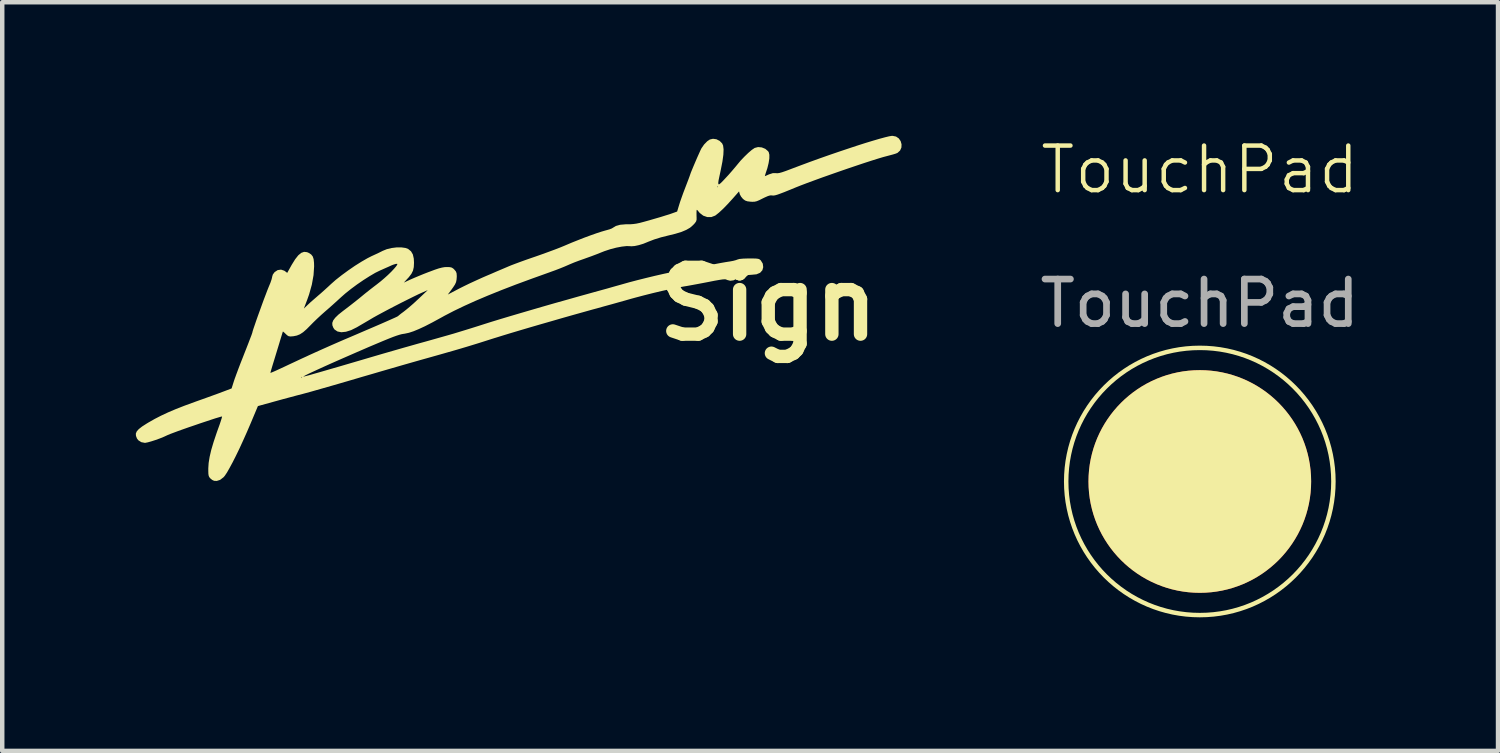
<source format=kicad_pcb>
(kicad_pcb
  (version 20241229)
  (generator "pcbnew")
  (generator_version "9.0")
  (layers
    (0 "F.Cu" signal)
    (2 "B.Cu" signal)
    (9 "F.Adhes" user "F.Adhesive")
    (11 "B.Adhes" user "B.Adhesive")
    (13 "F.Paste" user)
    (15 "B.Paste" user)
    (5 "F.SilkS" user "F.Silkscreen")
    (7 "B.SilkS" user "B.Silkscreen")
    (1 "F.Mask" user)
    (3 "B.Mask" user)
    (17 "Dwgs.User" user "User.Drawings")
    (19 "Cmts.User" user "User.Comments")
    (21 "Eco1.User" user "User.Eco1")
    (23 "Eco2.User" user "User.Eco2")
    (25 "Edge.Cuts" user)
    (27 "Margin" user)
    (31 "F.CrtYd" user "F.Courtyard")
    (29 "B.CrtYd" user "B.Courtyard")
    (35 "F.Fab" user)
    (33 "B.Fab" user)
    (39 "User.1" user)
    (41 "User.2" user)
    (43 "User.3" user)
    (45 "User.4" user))
  (footprint "TouchPad"
    (layer "F.Cu")
    (at 23.89 7.761)
    (property "Reference" "TouchPad" (at 0 -7 0) (unlocked yes) (layer "F.SilkS") (effects (font (size 1 1) (thickness 0.1))))
    (attr smd)
    (fp_circle (center 0 0) (end 2.5 0) (stroke (width 0) (type solid)) (fill yes) (layer "F.SilkS"))
    (fp_circle (center 0 0) (end 3 0) (stroke (width 0.1) (type default)) (fill no) (layer "F.SilkS"))
    (fp_text user "${REFERENCE}" (at 0 -4 0) (unlocked yes) (layer "F.Fab") (effects (font (size 1 1) (thickness 0.15))))
    (pad "1" smd circle (at 0 0) (size 5 5) (layers "F.Cu" "F.Mask" "F.Paste")))
  (footprint "Sign"
    (layer "F.Cu")
    (at 14.2 3.774)
    (property "Reference" "Sign" (at 0 0 0) (layer "F.SilkS") (effects (font (size 1.5 1.5) (thickness 0.3))))
    (attr board_only exclude_from_pos_files exclude_from_bom)
    (fp_poly (pts (xy 2.869 -3.758) (xy 2.931 -3.716) (xy 2.973 -3.655) (xy 2.993 -3.584) (xy 2.99 -3.511) (xy 2.96 -3.444) (xy 2.903 -3.392) (xy 2.895 -3.388) (xy 2.86 -3.374) (xy 2.798 -3.355) (xy 2.719 -3.334) (xy 2.67 -3.321) (xy 2.583 -3.298) (xy 2.466 -3.263) (xy 2.323 -3.218) (xy 2.159 -3.165) (xy 1.98 -3.105) (xy 1.79 -3.041) (xy 1.596 -2.974) (xy 1.402 -2.906) (xy 1.212 -2.839) (xy 1.034 -2.774) (xy 0.871 -2.714) (xy 0.729 -2.66) (xy 0.616 -2.615) (xy 0.472 -2.556) (xy 0.359 -2.51) (xy 0.272 -2.477) (xy 0.208 -2.454) (xy 0.16 -2.44) (xy 0.126 -2.434) (xy 0.099 -2.434) (xy 0.085 -2.436) (xy 0.046 -2.437) (xy -0.007 -2.422) (xy -0.08 -2.39) (xy -0.125 -2.368) (xy -0.203 -2.329) (xy -0.259 -2.306) (xy -0.307 -2.295) (xy -0.357 -2.293) (xy -0.396 -2.295) (xy -0.469 -2.304) (xy -0.52 -2.322) (xy -0.563 -2.354) (xy -0.569 -2.359) (xy -0.61 -2.409) (xy -0.638 -2.461) (xy -0.641 -2.471) (xy -0.656 -2.526) (xy -0.797 -2.366) (xy -0.91 -2.242) (xy -1.014 -2.135) (xy -1.106 -2.05) (xy -1.18 -1.991) (xy -1.194 -1.982) (xy -1.278 -1.95) (xy -1.369 -1.95) (xy -1.459 -1.981) (xy -1.537 -2.041) (xy -1.556 -2.063) (xy -1.588 -2.102) (xy -1.604 -2.113) (xy -1.609 -2.099) (xy -1.61 -2.08) (xy -1.611 -2.03) (xy -1.61 -1.965) (xy -1.609 -1.943) (xy -1.609 -1.892) (xy -1.62 -1.853) (xy -1.648 -1.813) (xy -1.689 -1.769) (xy -1.756 -1.711) (xy -1.841 -1.662) (xy -1.948 -1.617) (xy -2.085 -1.575) (xy -2.224 -1.541) (xy -2.408 -1.495) (xy -2.562 -1.447) (xy -2.692 -1.397) (xy -2.706 -1.391) (xy -2.804 -1.351) (xy -2.906 -1.32) (xy -2.999 -1.3) (xy -3.073 -1.294) (xy -3.094 -1.296) (xy -3.178 -1.299) (xy -3.287 -1.287) (xy -3.414 -1.263) (xy -3.548 -1.228) (xy -3.68 -1.184) (xy -3.736 -1.162) (xy -3.846 -1.118) (xy -3.97 -1.071) (xy -4.087 -1.029) (xy -4.145 -1.008) (xy -4.248 -0.972) (xy -4.357 -0.931) (xy -4.455 -0.89) (xy -4.492 -0.874) (xy -4.568 -0.841) (xy -4.668 -0.8) (xy -4.78 -0.757) (xy -4.891 -0.717) (xy -4.901 -0.713) (xy -5.3 -0.57) (xy -5.664 -0.436) (xy -5.996 -0.308) (xy -6.298 -0.186) (xy -6.574 -0.069) (xy -6.826 0.045) (xy -7.057 0.156) (xy -7.269 0.266) (xy -7.352 0.312) (xy -7.543 0.416) (xy -7.706 0.5) (xy -7.846 0.565) (xy -7.965 0.614) (xy -8.068 0.648) (xy -8.16 0.668) (xy -8.193 0.673) (xy -8.233 0.68) (xy -8.282 0.693) (xy -8.345 0.713) (xy -8.423 0.741) (xy -8.522 0.78) (xy -8.644 0.83) (xy -8.794 0.893) (xy -8.974 0.969) (xy -9.022 0.99) (xy -9.237 1.083) (xy -9.443 1.173) (xy -9.637 1.258) (xy -9.816 1.337) (xy -9.978 1.41) (xy -10.12 1.475) (xy -10.24 1.53) (xy -10.334 1.574) (xy -10.399 1.607) (xy -10.434 1.627) (xy -10.439 1.632) (xy -10.43 1.631) (xy -10.404 1.625) (xy -10.36 1.614) (xy -10.295 1.597) (xy -10.21 1.572) (xy -10.1 1.541) (xy -9.965 1.502) (xy -9.804 1.455) (xy -9.613 1.4) (xy -9.392 1.335) (xy -9.139 1.261) (xy -8.851 1.176) (xy -8.646 1.116) (xy -8.521 1.08) (xy -8.368 1.036) (xy -8.198 0.987) (xy -8.021 0.937) (xy -7.845 0.887) (xy -7.703 0.848) (xy -7.508 0.793) (xy -7.342 0.746) (xy -7.197 0.705) (xy -7.065 0.667) (xy -6.937 0.628) (xy -6.806 0.588) (xy -6.664 0.544) (xy -6.502 0.493) (xy -6.374 0.452) (xy -6.216 0.402) (xy -6.026 0.344) (xy -5.809 0.279) (xy -5.572 0.209) (xy -5.319 0.135) (xy -5.055 0.058) (xy -4.787 -0.019) (xy -4.519 -0.094) (xy -4.258 -0.168) (xy -4.063 -0.222) (xy -3.909 -0.265) (xy -3.756 -0.307) (xy -3.611 -0.347) (xy -3.482 -0.384) (xy -3.375 -0.414) (xy -3.296 -0.436) (xy -3.283 -0.44) (xy -3.12 -0.486) (xy -2.937 -0.534) (xy -2.741 -0.583) (xy -2.543 -0.631) (xy -2.35 -0.675) (xy -2.171 -0.713) (xy -2.015 -0.744) (xy -1.924 -0.761) (xy -1.79 -0.783) (xy -1.636 -0.811) (xy -1.477 -0.84) (xy -1.33 -0.868) (xy -1.29 -0.876) (xy -1.174 -0.899) (xy -1.062 -0.92) (xy -0.965 -0.937) (xy -0.89 -0.949) (xy -0.857 -0.954) (xy -0.787 -0.967) (xy -0.724 -0.984) (xy -0.699 -0.994) (xy -0.648 -1.009) (xy -0.564 -1.017) (xy -0.443 -1.021) (xy -0.428 -1.021) (xy -0.332 -1.02) (xy -0.267 -1.018) (xy -0.224 -1.012) (xy -0.196 -1.001) (xy -0.175 -0.984) (xy -0.167 -0.976) (xy -0.123 -0.905) (xy -0.113 -0.825) (xy -0.132 -0.756) (xy -0.183 -0.699) (xy -0.264 -0.665) (xy -0.368 -0.655) (xy -0.473 -0.647) (xy -0.575 -0.626) (xy -0.661 -0.595) (xy -0.709 -0.566) (xy -0.777 -0.53) (xy -0.854 -0.52) (xy -0.925 -0.538) (xy -0.934 -0.543) (xy -0.953 -0.551) (xy -0.985 -0.553) (xy -1.034 -0.549) (xy -1.104 -0.538) (xy -1.202 -0.521) (xy -1.333 -0.495) (xy -1.333 -0.495) (xy -1.463 -0.47) (xy -1.595 -0.445) (xy -1.72 -0.422) (xy -1.825 -0.403) (xy -1.887 -0.393) (xy -2.029 -0.367) (xy -2.199 -0.333) (xy -2.389 -0.291) (xy -2.59 -0.243) (xy -2.792 -0.192) (xy -2.989 -0.14) (xy -3.091 -0.112) (xy -3.206 -0.079) (xy -3.349 -0.039) (xy -3.509 0.006) (xy -3.677 0.052) (xy -3.841 0.098) (xy -3.938 0.124) (xy -4.156 0.185) (xy -4.388 0.25) (xy -4.631 0.319) (xy -4.876 0.39) (xy -5.12 0.46) (xy -5.357 0.529) (xy -5.58 0.595) (xy -5.785 0.656) (xy -5.965 0.711) (xy -6.116 0.758) (xy -6.153 0.769) (xy -6.332 0.826) (xy -6.489 0.876) (xy -6.632 0.92) (xy -6.766 0.961) (xy -6.9 1.001) (xy -7.04 1.042) (xy -7.194 1.086) (xy -7.369 1.136) (xy -7.571 1.193) (xy -7.635 1.211) (xy -7.803 1.258) (xy -8 1.314) (xy -8.217 1.376) (xy -8.448 1.443) (xy -8.683 1.511) (xy -8.915 1.579) (xy -9.136 1.643) (xy -9.237 1.673) (xy -9.431 1.73) (xy -9.623 1.786) (xy -9.81 1.84) (xy -9.985 1.89) (xy -10.143 1.935) (xy -10.28 1.974) (xy -10.39 2.004) (xy -10.46 2.023) (xy -10.588 2.056) (xy -10.737 2.096) (xy -10.894 2.138) (xy -11.043 2.179) (xy -11.112 2.198) (xy -11.459 2.294) (xy -11.622 2.682) (xy -11.706 2.877) (xy -11.79 3.065) (xy -11.872 3.244) (xy -11.952 3.409) (xy -12.027 3.557) (xy -12.095 3.683) (xy -12.153 3.785) (xy -12.201 3.857) (xy -12.231 3.892) (xy -12.308 3.951) (xy -12.383 3.975) (xy -12.442 3.972) (xy -12.484 3.953) (xy -12.527 3.918) (xy -12.529 3.916) (xy -12.551 3.889) (xy -12.564 3.859) (xy -12.571 3.817) (xy -12.573 3.752) (xy -12.573 3.691) (xy -12.565 3.57) (xy -12.543 3.434) (xy -12.507 3.279) (xy -12.454 3.1) (xy -12.385 2.894) (xy -12.353 2.804) (xy -12.319 2.71) (xy -12.292 2.629) (xy -12.273 2.568) (xy -12.264 2.534) (xy -12.264 2.528) (xy -12.285 2.531) (xy -12.336 2.546) (xy -12.414 2.569) (xy -12.512 2.601) (xy -12.626 2.639) (xy -12.75 2.68) (xy -12.88 2.725) (xy -13.01 2.769) (xy -13.135 2.813) (xy -13.25 2.854) (xy -13.349 2.891) (xy -13.429 2.921) (xy -13.482 2.943) (xy -13.495 2.949) (xy -13.571 2.984) (xy -13.662 3.021) (xy -13.759 3.056) (xy -13.852 3.086) (xy -13.931 3.108) (xy -13.987 3.119) (xy -13.997 3.12) (xy -14.078 3.104) (xy -14.145 3.061) (xy -14.175 3.021) (xy -14.197 2.963) (xy -14.2 2.912) (xy -14.18 2.863) (xy -14.134 2.811) (xy -14.06 2.753) (xy -13.954 2.685) (xy -13.919 2.664) (xy -13.777 2.583) (xy -13.631 2.508) (xy -13.475 2.435) (xy -13.301 2.361) (xy -13.104 2.284) (xy -12.877 2.201) (xy -12.844 2.189) (xy -12.712 2.142) (xy -12.578 2.094) (xy -12.451 2.048) (xy -12.341 2.008) (xy -12.257 1.976) (xy -12.245 1.972) (xy -12.05 1.898) (xy -11.998 1.734) (xy -11.976 1.669) (xy -11.967 1.646) (xy -10.485 1.646) (xy -10.476 1.656) (xy -10.466 1.646) (xy -10.476 1.637) (xy -10.485 1.646) (xy -11.967 1.646) (xy -11.942 1.576) (xy -11.931 1.548) (xy -11.179 1.548) (xy -11.162 1.544) (xy -11.118 1.526) (xy -11.052 1.497) (xy -10.97 1.459) (xy -10.952 1.451) (xy -10.864 1.41) (xy -10.75 1.356) (xy -10.621 1.296) (xy -10.485 1.232) (xy -10.351 1.171) (xy -10.331 1.161) (xy -10.184 1.094) (xy -10.017 1.019) (xy -9.844 0.942) (xy -9.68 0.87) (xy -9.551 0.814) (xy -9.288 0.702) (xy -9.058 0.603) (xy -8.862 0.519) (xy -8.697 0.448) (xy -8.563 0.389) (xy -8.459 0.343) (xy -8.383 0.309) (xy -8.334 0.286) (xy -8.312 0.273) (xy -8.31 0.271) (xy -8.29 0.254) (xy -8.248 0.22) (xy -8.191 0.178) (xy -8.183 0.172) (xy -8.125 0.126) (xy -8.048 0.062) (xy -7.962 -0.013) (xy -7.876 -0.093) (xy -7.855 -0.112) (xy -7.645 -0.31) (xy -7.761 -0.259) (xy -7.848 -0.22) (xy -7.961 -0.165) (xy -8.094 -0.099) (xy -8.238 -0.027) (xy -8.386 0.049) (xy -8.532 0.125) (xy -8.667 0.197) (xy -8.784 0.26) (xy -8.877 0.312) (xy -8.89 0.32) (xy -8.986 0.377) (xy -9.085 0.435) (xy -9.174 0.487) (xy -9.237 0.524) (xy -9.365 0.588) (xy -9.482 0.625) (xy -9.586 0.636) (xy -9.672 0.619) (xy -9.738 0.575) (xy -9.765 0.536) (xy -9.787 0.48) (xy -9.789 0.426) (xy -9.768 0.37) (xy -9.723 0.31) (xy -9.651 0.24) (xy -9.548 0.158) (xy -9.495 0.118) (xy -9.401 0.046) (xy -9.295 -0.037) (xy -9.193 -0.118) (xy -9.147 -0.156) (xy -9.053 -0.233) (xy -8.946 -0.318) (xy -8.84 -0.4) (xy -8.791 -0.437) (xy -8.706 -0.504) (xy -8.621 -0.576) (xy -8.539 -0.65) (xy -8.465 -0.722) (xy -8.403 -0.788) (xy -8.357 -0.842) (xy -8.331 -0.88) (xy -8.33 -0.9) (xy -8.333 -0.901) (xy -8.368 -0.897) (xy -8.423 -0.88) (xy -8.458 -0.866) (xy -8.519 -0.838) (xy -8.601 -0.802) (xy -8.688 -0.763) (xy -8.714 -0.752) (xy -8.822 -0.699) (xy -8.95 -0.624) (xy -9.09 -0.535) (xy -9.233 -0.437) (xy -9.372 -0.334) (xy -9.497 -0.234) (xy -9.588 -0.154) (xy -9.68 -0.07) (xy -9.786 0.026) (xy -9.889 0.117) (xy -9.946 0.166) (xy -10.035 0.245) (xy -10.129 0.332) (xy -10.217 0.417) (xy -10.267 0.468) (xy -10.363 0.565) (xy -10.443 0.635) (xy -10.515 0.682) (xy -10.584 0.71) (xy -10.657 0.725) (xy -10.665 0.726) (xy -10.728 0.731) (xy -10.769 0.725) (xy -10.802 0.705) (xy -10.833 0.676) (xy -10.871 0.64) (xy -10.894 0.621) (xy -10.898 0.62) (xy -10.905 0.64) (xy -10.92 0.689) (xy -10.942 0.761) (xy -10.969 0.849) (xy -10.974 0.867) (xy -11.01 0.985) (xy -11.05 1.116) (xy -11.088 1.241) (xy -11.113 1.322) (xy -11.139 1.407) (xy -11.16 1.479) (xy -11.174 1.528) (xy -11.179 1.548) (xy -11.931 1.548) (xy -11.899 1.461) (xy -11.85 1.333) (xy -11.797 1.199) (xy -11.764 1.114) (xy -11.715 0.99) (xy -11.671 0.877) (xy -11.634 0.78) (xy -11.605 0.705) (xy -11.588 0.656) (xy -11.583 0.639) (xy -11.577 0.613) (xy -11.559 0.556) (xy -11.531 0.475) (xy -11.497 0.375) (xy -11.457 0.262) (xy -11.413 0.141) (xy -11.369 0.019) (xy -11.326 -0.099) (xy -11.285 -0.206) (xy -11.25 -0.299) (xy -11.222 -0.369) (xy -11.21 -0.398) (xy -11.178 -0.475) (xy -11.154 -0.545) (xy -11.141 -0.595) (xy -11.14 -0.606) (xy -11.124 -0.66) (xy -11.084 -0.714) (xy -11.016 -0.759) (xy -10.94 -0.77) (xy -10.867 -0.746) (xy -10.848 -0.733) (xy -10.801 -0.697) (xy -10.7 -0.878) (xy -10.623 -1.002) (xy -10.553 -1.091) (xy -10.487 -1.146) (xy -10.422 -1.169) (xy -10.356 -1.162) (xy -10.314 -1.144) (xy -10.263 -1.11) (xy -10.228 -1.066) (xy -10.208 -1.006) (xy -10.199 -0.922) (xy -10.197 -0.841) (xy -10.21 -0.646) (xy -10.248 -0.433) (xy -10.31 -0.212) (xy -10.351 -0.096) (xy -10.427 0.104) (xy -10.336 0.017) (xy -10.275 -0.04) (xy -10.199 -0.106) (xy -10.125 -0.17) (xy -10.12 -0.175) (xy -10.053 -0.232) (xy -9.97 -0.306) (xy -9.883 -0.385) (xy -9.821 -0.443) (xy -9.711 -0.54) (xy -9.579 -0.644) (xy -9.433 -0.751) (xy -9.282 -0.855) (xy -9.134 -0.948) (xy -8.999 -1.026) (xy -8.906 -1.073) (xy -8.821 -1.112) (xy -8.742 -1.149) (xy -8.68 -1.18) (xy -8.656 -1.192) (xy -8.565 -1.229) (xy -8.457 -1.255) (xy -8.344 -1.269) (xy -8.236 -1.269) (xy -8.143 -1.256) (xy -8.084 -1.233) (xy -8.021 -1.181) (xy -7.98 -1.111) (xy -7.959 -1.018) (xy -7.954 -0.924) (xy -7.959 -0.826) (xy -7.977 -0.747) (xy -8.013 -0.675) (xy -8.072 -0.598) (xy -8.103 -0.565) (xy -8.182 -0.479) (xy -8.029 -0.55) (xy -7.953 -0.583) (xy -7.853 -0.625) (xy -7.741 -0.671) (xy -7.628 -0.715) (xy -7.603 -0.724) (xy -7.486 -0.768) (xy -7.396 -0.798) (xy -7.325 -0.816) (xy -7.266 -0.826) (xy -7.217 -0.828) (xy -7.149 -0.826) (xy -7.105 -0.815) (xy -7.07 -0.792) (xy -7.048 -0.77) (xy -7.014 -0.729) (xy -6.998 -0.688) (xy -6.994 -0.63) (xy -6.994 -0.608) (xy -6.999 -0.543) (xy -7.01 -0.489) (xy -7.034 -0.436) (xy -7.075 -0.373) (xy -7.119 -0.312) (xy -7.195 -0.21) (xy -6.939 -0.345) (xy -6.833 -0.398) (xy -6.703 -0.461) (xy -6.562 -0.526) (xy -6.423 -0.589) (xy -6.336 -0.627) (xy -6.215 -0.678) (xy -6.096 -0.73) (xy -5.985 -0.777) (xy -5.893 -0.816) (xy -5.835 -0.841) (xy -5.772 -0.867) (xy -5.68 -0.902) (xy -5.567 -0.944) (xy -5.439 -0.99) (xy -5.304 -1.037) (xy -5.228 -1.063) (xy -5.086 -1.113) (xy -4.94 -1.166) (xy -4.799 -1.218) (xy -4.672 -1.267) (xy -4.57 -1.309) (xy -4.535 -1.324) (xy -4.41 -1.377) (xy -4.272 -1.432) (xy -4.129 -1.488) (xy -3.988 -1.54) (xy -3.858 -1.586) (xy -3.745 -1.623) (xy -3.656 -1.649) (xy -3.63 -1.656) (xy -3.566 -1.674) (xy -3.514 -1.694) (xy -3.494 -1.706) (xy -3.422 -1.75) (xy -3.326 -1.777) (xy -3.2 -1.788) (xy -3.155 -1.789) (xy -3.088 -1.789) (xy -3.026 -1.794) (xy -2.961 -1.803) (xy -2.885 -1.819) (xy -2.791 -1.844) (xy -2.668 -1.878) (xy -2.648 -1.884) (xy -2.528 -1.919) (xy -2.411 -1.953) (xy -2.306 -1.986) (xy -2.221 -2.012) (xy -2.178 -2.027) (xy -2.046 -2.074) (xy -2.003 -2.216) (xy -1.98 -2.29) (xy -1.946 -2.387) (xy -1.907 -2.496) (xy -1.866 -2.603) (xy -1.864 -2.609) (xy -1.856 -2.629) (xy -1.146 -2.629) (xy -1.136 -2.619) (xy -1.127 -2.629) (xy -1.136 -2.638) (xy -1.146 -2.629) (xy -1.856 -2.629) (xy -1.827 -2.705) (xy -1.794 -2.791) (xy -1.769 -2.859) (xy -1.754 -2.902) (xy -1.752 -2.908) (xy -1.738 -2.948) (xy -1.711 -3.014) (xy -1.676 -3.098) (xy -1.636 -3.192) (xy -1.595 -3.287) (xy -1.556 -3.374) (xy -1.524 -3.445) (xy -1.501 -3.492) (xy -1.499 -3.495) (xy -1.441 -3.579) (xy -1.37 -3.652) (xy -1.313 -3.691) (xy -1.241 -3.708) (xy -1.163 -3.697) (xy -1.091 -3.66) (xy -1.036 -3.605) (xy -1.014 -3.557) (xy -1.003 -3.471) (xy -1.008 -3.35) (xy -1.029 -3.196) (xy -1.066 -3.008) (xy -1.07 -2.989) (xy -1.097 -2.863) (xy -1.116 -2.772) (xy -1.123 -2.714) (xy -1.118 -2.686) (xy -1.099 -2.687) (xy -1.066 -2.714) (xy -1.016 -2.764) (xy -0.971 -2.812) (xy -0.892 -2.897) (xy -0.808 -2.993) (xy -0.73 -3.085) (xy -0.694 -3.129) (xy -0.618 -3.22) (xy -0.533 -3.309) (xy -0.448 -3.391) (xy -0.371 -3.457) (xy -0.308 -3.5) (xy -0.305 -3.502) (xy -0.229 -3.522) (xy -0.145 -3.514) (xy -0.066 -3.482) (xy -0.005 -3.43) (xy 0.011 -3.406) (xy 0.025 -3.349) (xy 0.024 -3.265) (xy 0.008 -3.162) (xy -0.02 -3.048) (xy -0.033 -3.009) (xy -0.055 -2.943) (xy -0.07 -2.894) (xy -0.076 -2.87) (xy -0.076 -2.869) (xy -0.058 -2.876) (xy -0.016 -2.894) (xy 0.017 -2.909) (xy 0.102 -2.936) (xy 0.171 -2.936) (xy 0.205 -2.934) (xy 0.25 -2.94) (xy 0.312 -2.957) (xy 0.396 -2.986) (xy 0.51 -3.029) (xy 0.515 -3.031) (xy 0.722 -3.109) (xy 0.937 -3.189) (xy 1.156 -3.268) (xy 1.375 -3.345) (xy 1.591 -3.419) (xy 1.8 -3.489) (xy 1.999 -3.555) (xy 2.184 -3.614) (xy 2.352 -3.665) (xy 2.499 -3.708) (xy 2.621 -3.741) (xy 2.716 -3.764) (xy 2.779 -3.774) (xy 2.79 -3.774)) (stroke (width 0) (type solid)) (fill yes) (layer "F.SilkS")))
  (gr_rect
    (start -3 -3)
    (end 30.586 13.81)
    (stroke (width 0.1) (type default))
    (fill no)
    (layer "Edge.Cuts")))
</source>
